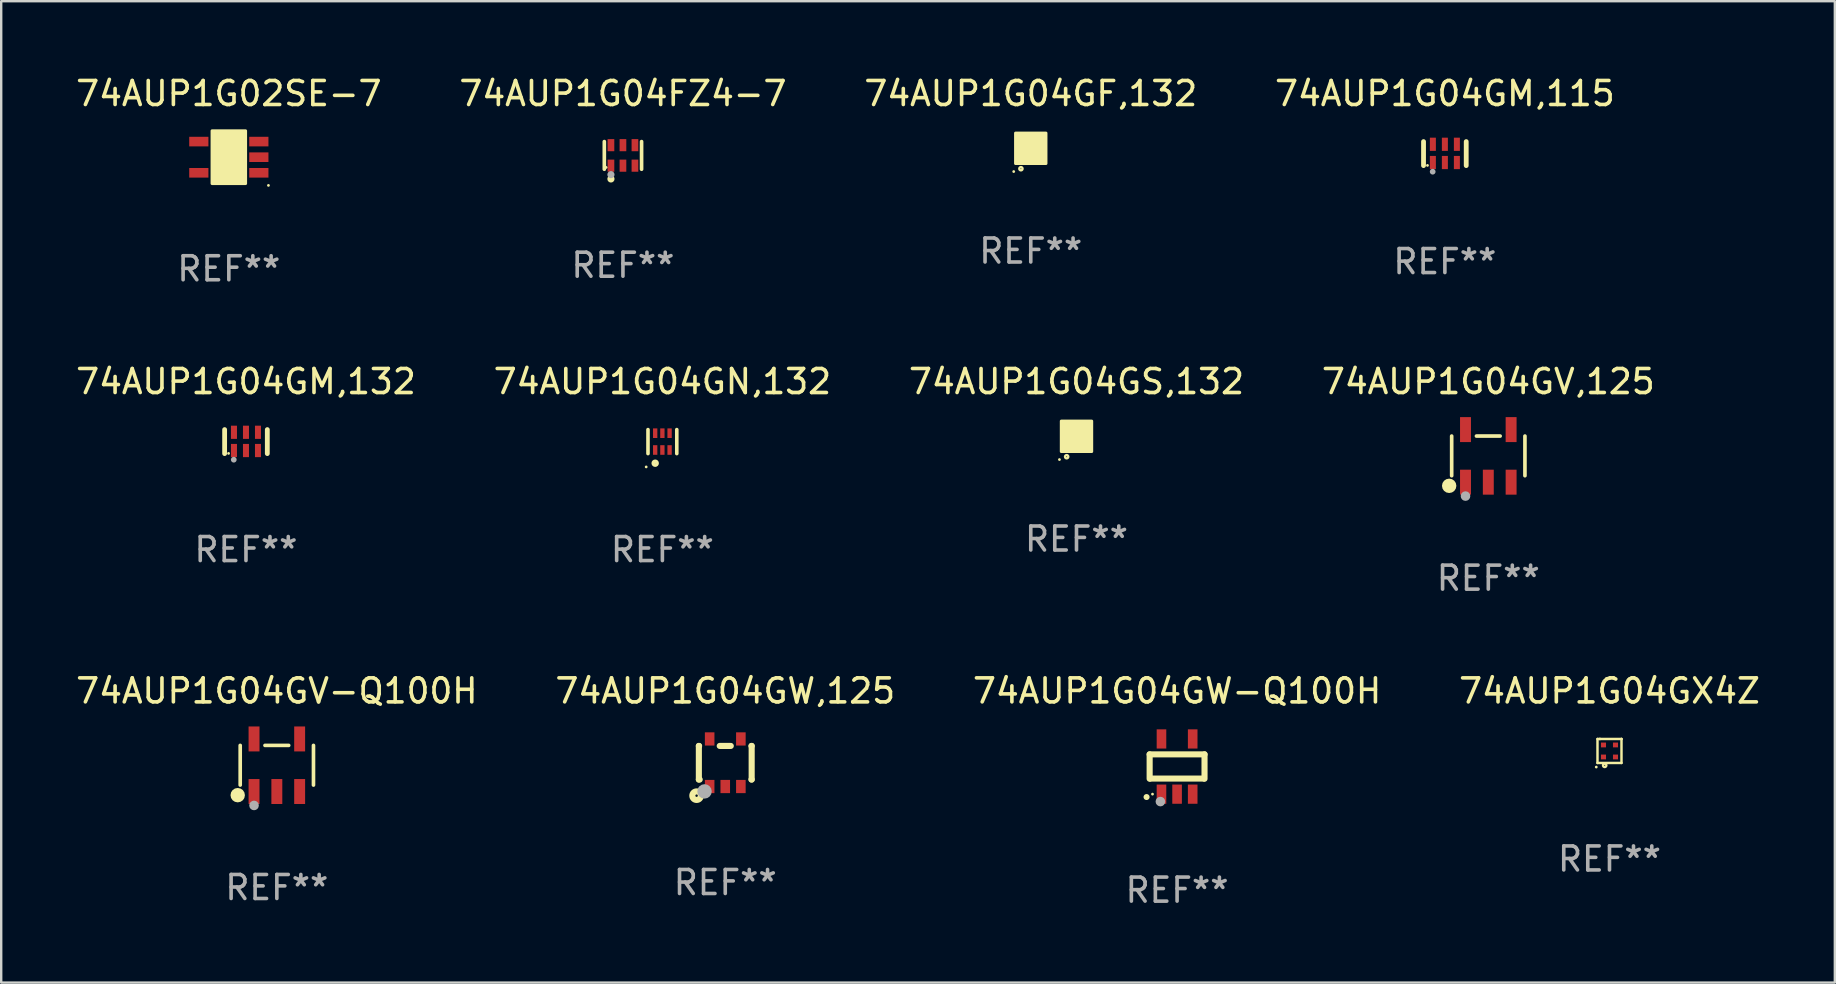
<source format=kicad_pcb>
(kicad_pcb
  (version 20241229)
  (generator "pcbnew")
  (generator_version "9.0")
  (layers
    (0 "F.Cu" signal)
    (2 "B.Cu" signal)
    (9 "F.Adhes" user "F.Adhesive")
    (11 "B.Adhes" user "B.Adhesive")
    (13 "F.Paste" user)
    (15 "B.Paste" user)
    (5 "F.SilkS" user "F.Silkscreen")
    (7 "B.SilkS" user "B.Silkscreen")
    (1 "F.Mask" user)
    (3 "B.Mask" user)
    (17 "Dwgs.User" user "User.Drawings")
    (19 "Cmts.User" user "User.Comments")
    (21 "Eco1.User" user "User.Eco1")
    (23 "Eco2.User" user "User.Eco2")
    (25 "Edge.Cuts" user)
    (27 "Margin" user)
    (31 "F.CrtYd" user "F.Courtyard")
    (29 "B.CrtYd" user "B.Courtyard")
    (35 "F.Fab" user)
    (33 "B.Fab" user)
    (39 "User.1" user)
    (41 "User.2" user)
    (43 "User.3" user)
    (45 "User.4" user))
  (footprint "74AUP1G04GV,125"
    (layer "F.Cu")
    (at 58.946 15.94)
    (property "Reference" "74AUP1G04GV,125" (at 0 -3.095 0) (layer "F.SilkS") (effects (font (size 1 1) (thickness 0.15))))
    (attr through_hole)
    (fp_line (start -1.526 0.826) (end -1.526 -0.826) (stroke (width 0.152) (type solid)) (layer "F.SilkS"))
    (fp_line (start 0.494 -0.826) (end -0.494 -0.826) (stroke (width 0.152) (type solid)) (layer "F.SilkS"))
    (fp_line (start 1.526 0.826) (end 1.526 -0.826) (stroke (width 0.152) (type solid)) (layer "F.SilkS"))
    (fp_circle (center -1.63 1.247) (end -1.48 1.247) (stroke (width 0.3) (type solid)) (fill no) (layer "F.SilkS"))
    (fp_circle (center -1.45 1.375) (end -1.42 1.375) (stroke (width 0.06) (type solid)) (fill no) (layer "F.SilkS"))
    (fp_circle (center -0.95 1.675) (end -0.85 1.675) (stroke (width 0.2) (type solid)) (fill no) (layer "F.Fab"))
    (fp_text user "REF**" (at 0 5.095 0) (layer "F.Fab") (effects (font (size 1 1) (thickness 0.15))))
    (pad "1" smd rect (at -0.95 1.095) (size 0.455 1.04) (layers "F.Cu" "F.Mask" "F.Paste"))
    (pad "2" smd rect (at 0 1.095) (size 0.455 1.04) (layers "F.Cu" "F.Mask" "F.Paste"))
    (pad "3" smd rect (at 0.95 1.095) (size 0.455 1.04) (layers "F.Cu" "F.Mask" "F.Paste"))
    (pad "4" smd rect (at 0.95 -1.095) (size 0.455 1.04) (layers "F.Cu" "F.Mask" "F.Paste"))
    (pad "5" smd rect (at -0.95 -1.095) (size 0.455 1.04) (layers "F.Cu" "F.Mask" "F.Paste")))
  (footprint "74AUP1G04FZ4-7"
    (layer "F.Cu")
    (at 22.899 3.424)
    (property "Reference" "74AUP1G04FZ4-7" (at 0 -2.576 0) (layer "F.SilkS") (effects (font (size 1 1) (thickness 0.15))))
    (attr through_hole)
    (fp_line (start -0.776 0.576) (end -0.776 -0.576) (stroke (width 0.152) (type solid)) (layer "F.SilkS"))
    (fp_line (start 0.776 0.576) (end 0.776 -0.576) (stroke (width 0.152) (type solid)) (layer "F.SilkS"))
    (fp_circle (center -0.7 0.5) (end -0.67 0.5) (stroke (width 0.06) (type solid)) (fill no) (layer "F.SilkS"))
    (fp_circle (center -0.5 0.98) (end -0.425 0.98) (stroke (width 0.15) (type solid)) (fill no) (layer "F.SilkS"))
    (fp_circle (center -0.5 0.8) (end -0.425 0.8) (stroke (width 0.15) (type solid)) (fill no) (layer "F.Fab"))
    (fp_text user "REF**" (at 0 4.576 0) (layer "F.Fab") (effects (font (size 1 1) (thickness 0.15))))
    (pad "1" smd rect (at -0.5 0.427) (size 0.28 0.505) (layers "F.Cu" "F.Mask" "F.Paste"))
    (pad "2" smd rect (at 0 0.427) (size 0.28 0.505) (layers "F.Cu" "F.Mask" "F.Paste"))
    (pad "3" smd rect (at 0.5 0.427) (size 0.28 0.505) (layers "F.Cu" "F.Mask" "F.Paste"))
    (pad "4" smd rect (at 0.5 -0.427) (size 0.28 0.505) (layers "F.Cu" "F.Mask" "F.Paste"))
    (pad "5" smd rect (at 0 -0.427) (size 0.28 0.505) (layers "F.Cu" "F.Mask" "F.Paste"))
    (pad "6" smd rect (at -0.5 -0.427) (size 0.28 0.505) (layers "F.Cu" "F.Mask" "F.Paste")))
  (footprint "74AUP1G04GW,125"
    (layer "F.Cu")
    (at 27.161 28.722)
    (property "Reference" "74AUP1G04GW,125" (at 0 -2.991 0) (layer "F.SilkS") (effects (font (size 1 1) (thickness 0.15))))
    (attr through_hole)
    (fp_line (start -1.1 -0.7) (end -1.1 0.7) (stroke (width 0.254) (type solid)) (layer "F.SilkS"))
    (fp_line (start -1.1 -0.7) (end -1.09 -0.7) (stroke (width 0.254) (type solid)) (layer "F.SilkS"))
    (fp_line (start -1.1 0.7) (end -1.065 0.7) (stroke (width 0.254) (type solid)) (layer "F.SilkS"))
    (fp_line (start -0.23 -0.7) (end 0.23 -0.7) (stroke (width 0.254) (type solid)) (layer "F.SilkS"))
    (fp_line (start 1.09 -0.7) (end 1.1 -0.7) (stroke (width 0.254) (type solid)) (layer "F.SilkS"))
    (fp_line (start 1.09 0.7) (end 1.1 0.7) (stroke (width 0.254) (type solid)) (layer "F.SilkS"))
    (fp_line (start 1.1 -0.7) (end 1.1 0.7) (stroke (width 0.254) (type solid)) (layer "F.SilkS"))
    (fp_circle (center -1.194 1.372) (end -1.143 1.372) (stroke (width 0.254) (type solid)) (fill no) (layer "F.SilkS"))
    (fp_circle (center -1.05 1.063) (end -1.02 1.063) (stroke (width 0.06) (type solid)) (fill no) (layer "F.SilkS"))
    (fp_circle (center -0.864 1.194) (end -0.713 1.194) (stroke (width 0.3) (type solid)) (fill no) (layer "F.Fab"))
    (fp_text user "REF**" (at 0 4.991 0) (layer "F.Fab") (effects (font (size 1 1) (thickness 0.15))))
    (pad "1" smd rect (at -0.65 0.991 180) (size 0.399 0.551) (layers "F.Cu" "F.Mask" "F.Paste"))
    (pad "2" smd rect (at 0 0.991 180) (size 0.399 0.551) (layers "F.Cu" "F.Mask" "F.Paste"))
    (pad "3" smd rect (at 0.65 0.991 180) (size 0.399 0.551) (layers "F.Cu" "F.Mask" "F.Paste"))
    (pad "4" smd rect (at 0.65 -0.991 180) (size 0.399 0.551) (layers "F.Cu" "F.Mask" "F.Paste"))
    (pad "5" smd rect (at -0.65 -0.991 180) (size 0.399 0.551) (layers "F.Cu" "F.Mask" "F.Paste")))
  (footprint "74AUP1G04GF,132"
    (layer "F.Cu")
    (at 39.887 3.128)
    (property "Reference" "74AUP1G04GF,132" (at 0 -2.28 0) (layer "F.SilkS") (effects (font (size 1 1) (thickness 0.15))))
    (attr through_hole)
    (fp_circle (center -0.71 0.968) (end -0.68 0.968) (stroke (width 0.06) (type solid)) (fill no) (layer "F.SilkS"))
    (fp_circle (center -0.41 0.85) (end -0.342 0.85) (stroke (width 0.1) (type solid)) (fill no) (layer "F.SilkS"))
    (fp_poly (pts (xy -0.635 -0.635) (xy 0.635 -0.635) (xy 0.635 0.635) (xy -0.635 0.635)) (stroke (width 0.12) (type solid)) (fill yes) (layer "F.SilkS"))
    (fp_text user "REF**" (at 0 4.28 0) (layer "F.Fab") (effects (font (size 1 1) (thickness 0.15))))
    (pad "1" smd rect (at -0.35 0.28 90) (size 0.35 0.2) (layers "F.Cu" "F.Mask" "F.Paste"))
    (pad "2" smd rect (at 0 0.28 90) (size 0.35 0.2) (layers "F.Cu" "F.Mask" "F.Paste"))
    (pad "3" smd rect (at 0.35 0.28 90) (size 0.35 0.2) (layers "F.Cu" "F.Mask" "F.Paste"))
    (pad "4" smd rect (at 0.35 -0.28 90) (size 0.35 0.2) (layers "F.Cu" "F.Mask" "F.Paste"))
    (pad "5" smd rect (at 0 -0.28 90) (size 0.35 0.2) (layers "F.Cu" "F.Mask" "F.Paste"))
    (pad "6" smd rect (at -0.35 -0.28 90) (size 0.35 0.2) (layers "F.Cu" "F.Mask" "F.Paste")))
  (footprint "74AUP1G04GW-Q100H"
    (layer "F.Cu")
    (at 45.982 28.881)
    (property "Reference" "74AUP1G04GW-Q100H" (at 0 -3.15 0) (layer "F.SilkS") (effects (font (size 1 1) (thickness 0.15))))
    (attr through_hole)
    (fp_line (start -1.143 -0.508) (end -1.143 0.508) (stroke (width 0.254) (type solid)) (layer "F.SilkS"))
    (fp_line (start -1.1 0.5) (end 1.1 0.5) (stroke (width 0.254) (type solid)) (layer "F.SilkS"))
    (fp_line (start 1.143 -0.508) (end -1.143 -0.508) (stroke (width 0.254) (type solid)) (layer "F.SilkS"))
    (fp_line (start 1.143 0.508) (end 1.143 -0.508) (stroke (width 0.254) (type solid)) (layer "F.SilkS"))
    (fp_arc (start -1.272543 1.26999) (mid -1.271273 1.269983) (end -1.270003 1.26999) (stroke (width 0.24892) (type solid)) (layer "F.SilkS"))
    (fp_circle (center -1.024 1.149) (end -0.994 1.149) (stroke (width 0.06) (type solid)) (fill no) (layer "F.SilkS"))
    (fp_circle (center -0.695 1.459) (end -0.595 1.459) (stroke (width 0.2) (type solid)) (fill no) (layer "F.Fab"))
    (fp_text user "REF**" (at 0 5.15 0) (layer "F.Fab") (effects (font (size 1 1) (thickness 0.15))))
    (pad "1" smd rect (at -0.65 1.15) (size 0.4 0.8) (layers "F.Cu" "F.Mask" "F.Paste"))
    (pad "2" smd rect (at 0 1.15) (size 0.4 0.8) (layers "F.Cu" "F.Mask" "F.Paste"))
    (pad "3" smd rect (at 0.65 1.15) (size 0.4 0.8) (layers "F.Cu" "F.Mask" "F.Paste"))
    (pad "4" smd rect (at 0.65 -1.15) (size 0.4 0.8) (layers "F.Cu" "F.Mask" "F.Paste"))
    (pad "5" smd rect (at -0.65 -1.15) (size 0.4 0.8) (layers "F.Cu" "F.Mask" "F.Paste")))
  (footprint "74AUP1G04GS,132"
    (layer "F.Cu")
    (at 41.792 15.125)
    (property "Reference" "74AUP1G04GS,132" (at 0 -2.28 0) (layer "F.SilkS") (effects (font (size 1 1) (thickness 0.15))))
    (attr through_hole)
    (fp_circle (center -0.71 0.968) (end -0.68 0.968) (stroke (width 0.06) (type solid)) (fill no) (layer "F.SilkS"))
    (fp_circle (center -0.41 0.85) (end -0.342 0.85) (stroke (width 0.1) (type solid)) (fill no) (layer "F.SilkS"))
    (fp_poly (pts (xy -0.635 -0.635) (xy 0.635 -0.635) (xy 0.635 0.635) (xy -0.635 0.635)) (stroke (width 0.12) (type solid)) (fill yes) (layer "F.SilkS"))
    (fp_text user "REF**" (at 0 4.28 0) (layer "F.Fab") (effects (font (size 1 1) (thickness 0.15))))
    (pad "1" smd rect (at -0.35 0.28 90) (size 0.35 0.2) (layers "F.Cu" "F.Mask" "F.Paste"))
    (pad "2" smd rect (at 0 0.28 90) (size 0.35 0.2) (layers "F.Cu" "F.Mask" "F.Paste"))
    (pad "3" smd rect (at 0.35 0.28 90) (size 0.35 0.2) (layers "F.Cu" "F.Mask" "F.Paste"))
    (pad "4" smd rect (at 0.35 -0.28 90) (size 0.35 0.2) (layers "F.Cu" "F.Mask" "F.Paste"))
    (pad "5" smd rect (at 0 -0.28 90) (size 0.35 0.2) (layers "F.Cu" "F.Mask" "F.Paste"))
    (pad "6" smd rect (at -0.35 -0.28 90) (size 0.35 0.2) (layers "F.Cu" "F.Mask" "F.Paste")))
  (footprint "74AUP1G04GM,132"
    (layer "F.Cu")
    (at 7.196 15.345)
    (property "Reference" "74AUP1G04GM,132" (at 0 -2.5 0) (layer "F.SilkS") (effects (font (size 1 1) (thickness 0.15))))
    (attr through_hole)
    (fp_line (start -0.889 0.5) (end -0.889 -0.5) (stroke (width 0.2) (type solid)) (layer "F.SilkS"))
    (fp_line (start 0.889 0.5) (end 0.889 -0.5) (stroke (width 0.2) (type solid)) (layer "F.SilkS"))
    (fp_circle (center -0.725 0.492) (end -0.695 0.492) (stroke (width 0.06) (type solid)) (fill no) (layer "F.SilkS"))
    (fp_circle (center -0.508 0.754) (end -0.448 0.754) (stroke (width 0.12) (type solid)) (fill no) (layer "F.Fab"))
    (fp_text user "REF**" (at 0 4.5 0) (layer "F.Fab") (effects (font (size 1 1) (thickness 0.15))))
    (pad "1" smd rect (at -0.5 0.372) (size 0.25 0.55) (layers "F.Cu" "F.Mask" "F.Paste"))
    (pad "2" smd rect (at -0.000127 0.372) (size 0.25 0.55) (layers "F.Cu" "F.Mask" "F.Paste"))
    (pad "3" smd rect (at 0.5 0.372) (size 0.25 0.55) (layers "F.Cu" "F.Mask" "F.Paste"))
    (pad "4" smd rect (at 0.5 -0.388 180) (size 0.25 0.55) (layers "F.Cu" "F.Mask" "F.Paste"))
    (pad "5" smd rect (at -0.000127 -0.388 180) (size 0.25 0.55) (layers "F.Cu" "F.Mask" "F.Paste"))
    (pad "6" smd rect (at -0.5 -0.388 180) (size 0.25 0.55) (layers "F.Cu" "F.Mask" "F.Paste")))
  (footprint "74AUP1G04GX4Z"
    (layer "F.Cu")
    (at 63.994 28.232)
    (property "Reference" "74AUP1G04GX4Z" (at 0 -2.5 0) (layer "F.SilkS") (effects (font (size 1 1) (thickness 0.15))))
    (attr through_hole)
    (fp_line (start -0.5 -0.5) (end -0.399 -0.5) (stroke (width 0.102) (type solid)) (layer "F.SilkS"))
    (fp_line (start -0.5 0.5) (end -0.5 -0.5) (stroke (width 0.102) (type solid)) (layer "F.SilkS"))
    (fp_line (start -0.399 -0.5) (end -0.399 -0.5) (stroke (width 0.102) (type solid)) (layer "F.SilkS"))
    (fp_line (start -0.399 -0.5) (end 0.5 -0.5) (stroke (width 0.102) (type solid)) (layer "F.SilkS"))
    (fp_line (start 0.5 -0.5) (end 0.5 -0.5) (stroke (width 0.102) (type solid)) (layer "F.SilkS"))
    (fp_line (start 0.5 -0.5) (end 0.5 0.5) (stroke (width 0.102) (type solid)) (layer "F.SilkS"))
    (fp_line (start 0.5 0.5) (end -0.5 0.5) (stroke (width 0.102) (type solid)) (layer "F.SilkS"))
    (fp_circle (center -0.551 0.67) (end -0.521 0.67) (stroke (width 0.06) (type solid)) (fill no) (layer "F.SilkS"))
    (fp_circle (center -0.2 0.6) (end -0.18 0.6) (stroke (width 0.1) (type solid)) (fill no) (layer "F.SilkS"))
    (fp_text user "REF**" (at 0 4.5 0) (layer "F.Fab") (effects (font (size 1 1) (thickness 0.15))))
    (pad "1" smd rect (at -0.25 0.25 90) (size 0.2 0.21) (layers "F.Cu" "F.Mask" "F.Paste"))
    (pad "2" smd rect (at 0.25 0.25 90) (size 0.2 0.21) (layers "F.Cu" "F.Mask" "F.Paste"))
    (pad "3" smd rect (at 0.25 -0.25 90) (size 0.2 0.21) (layers "F.Cu" "F.Mask" "F.Paste"))
    (pad "4" smd rect (at -0.25 -0.25 90) (size 0.2 0.21) (layers "F.Cu" "F.Mask" "F.Paste")))
  (footprint "74AUP1G04GM,115"
    (layer "F.Cu")
    (at 57.137 3.348)
    (property "Reference" "74AUP1G04GM,115" (at 0 -2.5 0) (layer "F.SilkS") (effects (font (size 1 1) (thickness 0.15))))
    (attr through_hole)
    (fp_line (start -0.889 0.5) (end -0.889 -0.5) (stroke (width 0.2) (type solid)) (layer "F.SilkS"))
    (fp_line (start 0.889 0.5) (end 0.889 -0.5) (stroke (width 0.2) (type solid)) (layer "F.SilkS"))
    (fp_circle (center -0.725 0.492) (end -0.695 0.492) (stroke (width 0.06) (type solid)) (fill no) (layer "F.SilkS"))
    (fp_circle (center -0.508 0.754) (end -0.448 0.754) (stroke (width 0.12) (type solid)) (fill no) (layer "F.Fab"))
    (fp_text user "REF**" (at 0 4.5 0) (layer "F.Fab") (effects (font (size 1 1) (thickness 0.15))))
    (pad "1" smd rect (at -0.5 0.372) (size 0.25 0.55) (layers "F.Cu" "F.Mask" "F.Paste"))
    (pad "2" smd rect (at -0.000127 0.372) (size 0.25 0.55) (layers "F.Cu" "F.Mask" "F.Paste"))
    (pad "3" smd rect (at 0.5 0.372) (size 0.25 0.55) (layers "F.Cu" "F.Mask" "F.Paste"))
    (pad "4" smd rect (at 0.5 -0.388 180) (size 0.25 0.55) (layers "F.Cu" "F.Mask" "F.Paste"))
    (pad "5" smd rect (at -0.000127 -0.388 180) (size 0.25 0.55) (layers "F.Cu" "F.Mask" "F.Paste"))
    (pad "6" smd rect (at -0.5 -0.388 180) (size 0.25 0.55) (layers "F.Cu" "F.Mask" "F.Paste")))
  (footprint "74AUP1G04GN,132"
    (layer "F.Cu")
    (at 24.542 15.345)
    (property "Reference" "74AUP1G04GN,132" (at 0 -2.5 0) (layer "F.SilkS") (effects (font (size 1 1) (thickness 0.15))))
    (attr through_hole)
    (fp_line (start -0.6 -0.5) (end -0.6 0.5) (stroke (width 0.15) (type solid)) (layer "F.SilkS"))
    (fp_line (start 0.6 0.5) (end 0.6 -0.5) (stroke (width 0.15) (type solid)) (layer "F.SilkS"))
    (fp_circle (center -0.675 1.055) (end -0.645 1.055) (stroke (width 0.06) (type solid)) (fill no) (layer "F.SilkS"))
    (fp_circle (center -0.3 0.9) (end -0.22 0.9) (stroke (width 0.15) (type solid)) (fill no) (layer "F.SilkS"))
    (fp_text user "REF**" (at 0 4.5 0) (layer "F.Fab") (effects (font (size 1 1) (thickness 0.15))))
    (pad "1" smd rect (at -0.3 0.35) (size 0.18 0.4) (layers "F.Cu" "F.Mask" "F.Paste"))
    (pad "2" smd rect (at 0.000025 0.35) (size 0.18 0.4) (layers "F.Cu" "F.Mask" "F.Paste"))
    (pad "3" smd rect (at 0.3 0.35) (size 0.18 0.4) (layers "F.Cu" "F.Mask" "F.Paste"))
    (pad "4" smd rect (at 0.3 -0.35) (size 0.18 0.4) (layers "F.Cu" "F.Mask" "F.Paste"))
    (pad "5" smd rect (at 0.000025 -0.35) (size 0.18 0.4) (layers "F.Cu" "F.Mask" "F.Paste"))
    (pad "6" smd rect (at -0.3 -0.35) (size 0.18 0.4) (layers "F.Cu" "F.Mask" "F.Paste")))
  (footprint "74AUP1G04GV-Q100H"
    (layer "F.Cu")
    (at 8.482 28.826)
    (property "Reference" "74AUP1G04GV-Q100H" (at 0 -3.095 0) (layer "F.SilkS") (effects (font (size 1 1) (thickness 0.15))))
    (attr through_hole)
    (fp_line (start -1.526 0.826) (end -1.526 -0.826) (stroke (width 0.152) (type solid)) (layer "F.SilkS"))
    (fp_line (start 0.494 -0.826) (end -0.494 -0.826) (stroke (width 0.152) (type solid)) (layer "F.SilkS"))
    (fp_line (start 1.526 0.826) (end 1.526 -0.826) (stroke (width 0.152) (type solid)) (layer "F.SilkS"))
    (fp_circle (center -1.63 1.247) (end -1.48 1.247) (stroke (width 0.3) (type solid)) (fill no) (layer "F.SilkS"))
    (fp_circle (center -1.45 1.375) (end -1.42 1.375) (stroke (width 0.06) (type solid)) (fill no) (layer "F.SilkS"))
    (fp_circle (center -0.95 1.675) (end -0.85 1.675) (stroke (width 0.2) (type solid)) (fill no) (layer "F.Fab"))
    (fp_text user "REF**" (at 0 5.095 0) (layer "F.Fab") (effects (font (size 1 1) (thickness 0.15))))
    (pad "1" smd rect (at -0.95 1.095) (size 0.455 1.04) (layers "F.Cu" "F.Mask" "F.Paste"))
    (pad "2" smd rect (at 0 1.095) (size 0.455 1.04) (layers "F.Cu" "F.Mask" "F.Paste"))
    (pad "3" smd rect (at 0.95 1.095) (size 0.455 1.04) (layers "F.Cu" "F.Mask" "F.Paste"))
    (pad "4" smd rect (at 0.95 -1.095) (size 0.455 1.04) (layers "F.Cu" "F.Mask" "F.Paste"))
    (pad "5" smd rect (at -0.95 -1.095) (size 0.455 1.04) (layers "F.Cu" "F.Mask" "F.Paste")))
  (footprint "74AUP1G02SE-7"
    (layer "F.Cu")
    (at 6.482 3.498)
    (property "Reference" "74AUP1G02SE-7" (at 0 -2.65 0) (layer "F.SilkS") (effects (font (size 1 1) (thickness 0.15))))
    (attr through_hole)
    (fp_arc (start 0.381001 0.637541) (mid 0.380995 0.636271) (end 0.381001 0.635001) (stroke (width 0.24892) (type solid)) (layer "F.SilkS"))
    (fp_circle (center 1.65 1.175) (end 1.68 1.175) (stroke (width 0.06) (type solid)) (fill no) (layer "F.SilkS"))
    (fp_poly (pts (xy -0.7 -1.1) (xy 0.7 -1.1) (xy 0.7 1.1) (xy -0.7 1.1)) (stroke (width 0.12) (type solid)) (fill yes) (layer "F.SilkS"))
    (fp_text user "REF**" (at 0 4.65 0) (layer "F.Fab") (effects (font (size 1 1) (thickness 0.15))))
    (pad "1" smd rect (at 1.25 0.65 270) (size 0.4 0.8) (layers "F.Cu" "F.Mask" "F.Paste"))
    (pad "2" smd rect (at 1.25 0 270) (size 0.4 0.8) (layers "F.Cu" "F.Mask" "F.Paste"))
    (pad "3" smd rect (at 1.25 -0.65 270) (size 0.4 0.8) (layers "F.Cu" "F.Mask" "F.Paste"))
    (pad "4" smd rect (at -1.25 -0.65 270) (size 0.4 0.8) (layers "F.Cu" "F.Mask" "F.Paste"))
    (pad "5" smd rect (at -1.25 0.65 270) (size 0.4 0.8) (layers "F.Cu" "F.Mask" "F.Paste")))
  (gr_rect
    (start -3 -3)
    (end 73.381 37.88)
    (stroke (width 0.1) (type default))
    (fill no)
    (layer "Edge.Cuts")))
</source>
